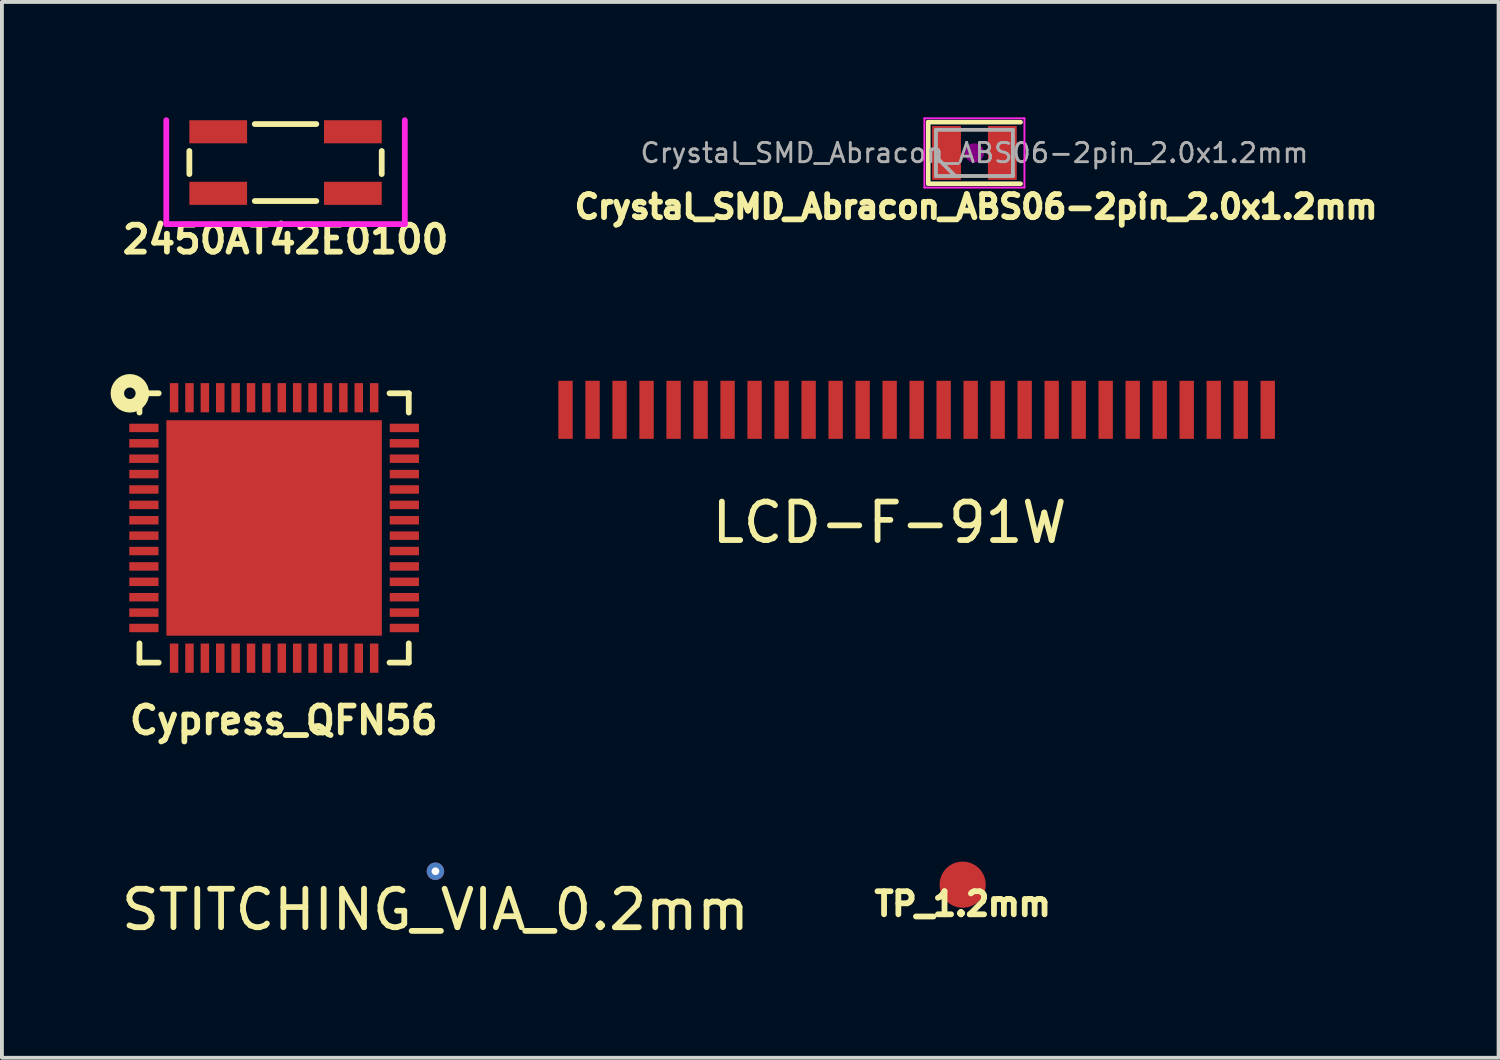
<source format=kicad_pcb>
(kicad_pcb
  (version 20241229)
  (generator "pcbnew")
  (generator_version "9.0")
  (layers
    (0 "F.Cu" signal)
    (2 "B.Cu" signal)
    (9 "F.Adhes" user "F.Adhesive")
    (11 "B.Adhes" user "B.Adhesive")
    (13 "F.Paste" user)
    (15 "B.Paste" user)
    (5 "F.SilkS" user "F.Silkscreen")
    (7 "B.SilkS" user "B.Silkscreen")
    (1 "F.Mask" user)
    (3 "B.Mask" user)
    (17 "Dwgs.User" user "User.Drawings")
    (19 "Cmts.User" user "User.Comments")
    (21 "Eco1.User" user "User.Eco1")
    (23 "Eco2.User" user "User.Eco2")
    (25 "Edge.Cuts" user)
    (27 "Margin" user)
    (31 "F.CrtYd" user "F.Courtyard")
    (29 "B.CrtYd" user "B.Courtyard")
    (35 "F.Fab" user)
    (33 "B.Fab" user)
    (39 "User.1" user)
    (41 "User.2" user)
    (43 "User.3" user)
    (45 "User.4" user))
  (footprint "STITCHING_VIA_0.2mm"
    (layer "F.Cu")
    (at 8.268 19.596)
    (property "Reference" "STITCHING_VIA_0.2mm" (at 0 1 0) (layer "F.SilkS") (effects (font (size 1 1) (thickness 0.15))))
    (attr through_hole)
    (pad "1" thru_hole circle (at 0 0) (size 0.454 0.454) (drill 0.2) (layers "*.Cu")))
  (footprint "2450AT42E0100"
    (layer "F.Cu")
    (at 4.372 1.175)
    (property "Reference" "2450AT42E0100" (at 0 2 0) (layer "F.SilkS") (effects (font (size 0.7 0.7) (thickness 0.15))))
    (attr through_hole)
    (fp_line (start -2.5 -0.3) (end -2.5 0.3) (stroke (width 0.15) (type solid)) (layer "F.SilkS"))
    (fp_line (start -0.8 -1) (end 0.8 -1) (stroke (width 0.15) (type solid)) (layer "F.SilkS"))
    (fp_line (start -0.8 1) (end 0.8 1) (stroke (width 0.15) (type solid)) (layer "F.SilkS"))
    (fp_line (start 2.5 -0.3) (end 2.5 0.3) (stroke (width 0.15) (type solid)) (layer "F.SilkS"))
    (fp_line (start -3.1 1.6) (end -3.1 -1.1) (stroke (width 0.15) (type solid)) (layer "F.CrtYd"))
    (fp_line (start -3.1 1.6) (end 3.1 1.6) (stroke (width 0.15) (type solid)) (layer "F.CrtYd"))
    (fp_line (start 3.1 1.6) (end 3.1 -1.1) (stroke (width 0.15) (type solid)) (layer "F.CrtYd"))
    (pad "1" smd rect (at -1.75 0.8) (size 1.5 0.6) (layers "F.Cu" "F.Mask" "F.Paste"))
    (pad "2" smd rect (at -1.75 -0.8) (size 1.5 0.6) (layers "F.Cu" "F.Mask" "F.Paste"))
    (pad "2" smd rect (at 1.75 -0.8) (size 1.5 0.6) (layers "F.Cu" "F.Mask" "F.Paste"))
    (pad "3" smd rect (at 1.75 0.8) (size 1.5 0.6) (layers "F.Cu" "F.Mask" "F.Paste")))
  (footprint "LCD-F-91W"
    (layer "F.Cu")
    (at 20.07 10.032)
    (property "Reference" "LCD-F-91W" (at 0 0.5 0) (layer "F.SilkS") (effects (font (size 1 1) (thickness 0.15))))
    (attr through_hole)
    (pad "1" smd rect (at -8.42 -2.43) (size 0.373 1.509) (layers "F.Cu" "F.Mask"))
    (pad "2" smd rect (at -7.718 -2.43) (size 0.373 1.509) (layers "F.Cu" "F.Mask"))
    (pad "3" smd rect (at -7.016 -2.43) (size 0.373 1.509) (layers "F.Cu" "F.Mask"))
    (pad "4" smd rect (at -6.314 -2.43) (size 0.373 1.509) (layers "F.Cu" "F.Mask"))
    (pad "5" smd rect (at -5.612 -2.43) (size 0.373 1.509) (layers "F.Cu" "F.Mask"))
    (pad "6" smd rect (at -4.91 -2.43) (size 0.373 1.509) (layers "F.Cu" "F.Mask"))
    (pad "7" smd rect (at -4.208 -2.43) (size 0.373 1.509) (layers "F.Cu" "F.Mask"))
    (pad "8" smd rect (at -3.506 -2.43) (size 0.373 1.509) (layers "F.Cu" "F.Mask"))
    (pad "9" smd rect (at -2.804 -2.43) (size 0.373 1.509) (layers "F.Cu" "F.Mask"))
    (pad "10" smd rect (at -2.102 -2.43) (size 0.373 1.509) (layers "F.Cu" "F.Mask"))
    (pad "11" smd rect (at -1.4 -2.43) (size 0.373 1.509) (layers "F.Cu" "F.Mask"))
    (pad "12" smd rect (at -0.698 -2.43) (size 0.373 1.509) (layers "F.Cu" "F.Mask"))
    (pad "13" smd rect (at 0.004 -2.43) (size 0.373 1.509) (layers "F.Cu" "F.Mask"))
    (pad "14" smd rect (at 0.706 -2.43) (size 0.373 1.509) (layers "F.Cu" "F.Mask"))
    (pad "15" smd rect (at 1.408 -2.43) (size 0.373 1.509) (layers "F.Cu" "F.Mask"))
    (pad "16" smd rect (at 2.11 -2.43) (size 0.373 1.509) (layers "F.Cu" "F.Mask"))
    (pad "17" smd rect (at 2.812 -2.43) (size 0.373 1.509) (layers "F.Cu" "F.Mask"))
    (pad "18" smd rect (at 3.514 -2.43) (size 0.373 1.509) (layers "F.Cu" "F.Mask"))
    (pad "19" smd rect (at 4.216 -2.43) (size 0.373 1.509) (layers "F.Cu" "F.Mask"))
    (pad "20" smd rect (at 4.918 -2.43) (size 0.373 1.509) (layers "F.Cu" "F.Mask"))
    (pad "21" smd rect (at 5.62 -2.43) (size 0.373 1.509) (layers "F.Cu" "F.Mask"))
    (pad "22" smd rect (at 6.322 -2.43) (size 0.373 1.509) (layers "F.Cu" "F.Mask"))
    (pad "23" smd rect (at 7.024 -2.43) (size 0.373 1.509) (layers "F.Cu" "F.Mask"))
    (pad "24" smd rect (at 7.726 -2.43) (size 0.373 1.509) (layers "F.Cu" "F.Mask"))
    (pad "25" smd rect (at 8.428 -2.43) (size 0.373 1.509) (layers "F.Cu" "F.Mask"))
    (pad "26" smd rect (at 9.13 -2.43) (size 0.373 1.509) (layers "F.Cu" "F.Mask"))
    (pad "27" smd rect (at 9.832 -2.43) (size 0.373 1.509) (layers "F.Cu" "F.Mask")))
  (footprint "TP_1.2mm"
    (layer "F.Cu")
    (at 21.972 19.945)
    (property "Reference" "TP_1.2mm" (at 0 0.5 0) (layer "F.SilkS") (effects (font (size 0.6 0.6) (thickness 0.15))))
    (attr through_hole)
    (pad "1" smd circle (at 0 0) (size 1.2 1.2) (layers "F.Cu" "F.Mask" "F.Paste")))
  (footprint "Cypress_QFN56"
    (layer "F.Cu")
    (at 4.075 10.673)
    (property "Reference" "Cypress_QFN56" (at 0.25 5 0) (layer "F.SilkS") (effects (font (size 0.7 0.7) (thickness 0.15))))
    (attr through_hole)
    (fp_line (start -3.5 -3.5) (end -3.5 -3) (stroke (width 0.15) (type solid)) (layer "F.SilkS"))
    (fp_line (start -3.5 3.5) (end -3.5 3) (stroke (width 0.15) (type solid)) (layer "F.SilkS"))
    (fp_line (start -3 -3.5) (end -3.5 -3.5) (stroke (width 0.15) (type solid)) (layer "F.SilkS"))
    (fp_line (start -3 3.5) (end -3.5 3.5) (stroke (width 0.15) (type solid)) (layer "F.SilkS"))
    (fp_line (start 3 -3.5) (end 3.5 -3.5) (stroke (width 0.15) (type solid)) (layer "F.SilkS"))
    (fp_line (start 3 3.5) (end 3.5 3.5) (stroke (width 0.15) (type solid)) (layer "F.SilkS"))
    (fp_line (start 3.5 -3.5) (end 3.5 -3) (stroke (width 0.15) (type solid)) (layer "F.SilkS"))
    (fp_line (start 3.5 3.5) (end 3.5 3) (stroke (width 0.15) (type solid)) (layer "F.SilkS"))
    (fp_circle (center -3.75 -3.5) (end -3.6 -3.5) (stroke (width 0.35) (type solid)) (fill no) (layer "F.SilkS"))
    (pad "1" smd rect (at -3.385 -2.6 90) (size 0.22 0.76) (layers "F.Cu" "F.Mask" "F.Paste"))
    (pad "2" smd rect (at -3.385 -2.2 90) (size 0.22 0.76) (layers "F.Cu" "F.Mask" "F.Paste"))
    (pad "3" smd rect (at -3.385 -1.8 90) (size 0.22 0.76) (layers "F.Cu" "F.Mask" "F.Paste"))
    (pad "4" smd rect (at -3.385 -1.4 90) (size 0.22 0.76) (layers "F.Cu" "F.Mask" "F.Paste"))
    (pad "5" smd rect (at -3.385 -1 90) (size 0.22 0.76) (layers "F.Cu" "F.Mask" "F.Paste"))
    (pad "6" smd rect (at -3.385 -0.6 90) (size 0.22 0.76) (layers "F.Cu" "F.Mask" "F.Paste"))
    (pad "7" smd rect (at -3.385 -0.2 90) (size 0.22 0.76) (layers "F.Cu" "F.Mask" "F.Paste"))
    (pad "8" smd rect (at -3.385 0.2 90) (size 0.22 0.76) (layers "F.Cu" "F.Mask" "F.Paste"))
    (pad "9" smd rect (at -3.385 0.6 90) (size 0.22 0.76) (layers "F.Cu" "F.Mask" "F.Paste"))
    (pad "10" smd rect (at -3.385 1 90) (size 0.22 0.76) (layers "F.Cu" "F.Mask" "F.Paste"))
    (pad "11" smd rect (at -3.385 1.4 90) (size 0.22 0.76) (layers "F.Cu" "F.Mask" "F.Paste"))
    (pad "12" smd rect (at -3.385 1.8 90) (size 0.22 0.76) (layers "F.Cu" "F.Mask" "F.Paste"))
    (pad "13" smd rect (at -3.385 2.2 90) (size 0.22 0.76) (layers "F.Cu" "F.Mask" "F.Paste"))
    (pad "14" smd rect (at -3.385 2.6 90) (size 0.22 0.76) (layers "F.Cu" "F.Mask" "F.Paste"))
    (pad "15" smd rect (at -2.6 3.385 180) (size 0.22 0.76) (layers "F.Cu" "F.Mask" "F.Paste"))
    (pad "16" smd rect (at -2.2 3.385 180) (size 0.22 0.76) (layers "F.Cu" "F.Mask" "F.Paste"))
    (pad "17" smd rect (at -1.8 3.385 180) (size 0.22 0.76) (layers "F.Cu" "F.Mask" "F.Paste"))
    (pad "18" smd rect (at -1.4 3.385 180) (size 0.22 0.76) (layers "F.Cu" "F.Mask" "F.Paste"))
    (pad "19" smd rect (at -1 3.385 180) (size 0.22 0.76) (layers "F.Cu" "F.Mask" "F.Paste"))
    (pad "20" smd rect (at -0.6 3.385 180) (size 0.22 0.76) (layers "F.Cu" "F.Mask" "F.Paste"))
    (pad "21" smd rect (at -0.2 3.385 180) (size 0.22 0.76) (layers "F.Cu" "F.Mask" "F.Paste"))
    (pad "22" smd rect (at 0.2 3.385 180) (size 0.22 0.76) (layers "F.Cu" "F.Mask" "F.Paste"))
    (pad "23" smd rect (at 0.6 3.385 180) (size 0.22 0.76) (layers "F.Cu" "F.Mask" "F.Paste"))
    (pad "24" smd rect (at 1 3.385 180) (size 0.22 0.76) (layers "F.Cu" "F.Mask" "F.Paste"))
    (pad "25" smd rect (at 1.4 3.385 180) (size 0.22 0.76) (layers "F.Cu" "F.Mask" "F.Paste"))
    (pad "26" smd rect (at 1.8 3.385 180) (size 0.22 0.76) (layers "F.Cu" "F.Mask" "F.Paste"))
    (pad "27" smd rect (at 2.2 3.385 180) (size 0.22 0.76) (layers "F.Cu" "F.Mask" "F.Paste"))
    (pad "28" smd rect (at 2.6 3.385 180) (size 0.22 0.76) (layers "F.Cu" "F.Mask" "F.Paste"))
    (pad "29" smd rect (at 3.385 2.6 270) (size 0.22 0.76) (layers "F.Cu" "F.Mask" "F.Paste"))
    (pad "30" smd rect (at 3.385 2.2 270) (size 0.22 0.76) (layers "F.Cu" "F.Mask" "F.Paste"))
    (pad "31" smd rect (at 3.385 1.8 270) (size 0.22 0.76) (layers "F.Cu" "F.Mask" "F.Paste"))
    (pad "32" smd rect (at 3.385 1.4 270) (size 0.22 0.76) (layers "F.Cu" "F.Mask" "F.Paste"))
    (pad "33" smd rect (at 3.385 1 270) (size 0.22 0.76) (layers "F.Cu" "F.Mask" "F.Paste"))
    (pad "34" smd rect (at 3.385 0.6 270) (size 0.22 0.76) (layers "F.Cu" "F.Mask" "F.Paste"))
    (pad "35" smd rect (at 3.385 0.2 270) (size 0.22 0.76) (layers "F.Cu" "F.Mask" "F.Paste"))
    (pad "36" smd rect (at 3.385 -0.2 270) (size 0.22 0.76) (layers "F.Cu" "F.Mask" "F.Paste"))
    (pad "37" smd rect (at 3.385 -0.6 270) (size 0.22 0.76) (layers "F.Cu" "F.Mask" "F.Paste"))
    (pad "38" smd rect (at 3.385 -1 270) (size 0.22 0.76) (layers "F.Cu" "F.Mask" "F.Paste"))
    (pad "39" smd rect (at 3.385 -1.4 270) (size 0.22 0.76) (layers "F.Cu" "F.Mask" "F.Paste"))
    (pad "40" smd rect (at 3.385 -1.8 270) (size 0.22 0.76) (layers "F.Cu" "F.Mask" "F.Paste"))
    (pad "41" smd rect (at 3.385 -2.2 270) (size 0.22 0.76) (layers "F.Cu" "F.Mask" "F.Paste"))
    (pad "42" smd rect (at 3.385 -2.6 270) (size 0.22 0.76) (layers "F.Cu" "F.Mask" "F.Paste"))
    (pad "43" smd rect (at 2.6 -3.385) (size 0.22 0.76) (layers "F.Cu" "F.Mask" "F.Paste"))
    (pad "44" smd rect (at 2.2 -3.385) (size 0.22 0.76) (layers "F.Cu" "F.Mask" "F.Paste"))
    (pad "45" smd rect (at 1.8 -3.385) (size 0.22 0.76) (layers "F.Cu" "F.Mask" "F.Paste"))
    (pad "46" smd rect (at 1.4 -3.385) (size 0.22 0.76) (layers "F.Cu" "F.Mask" "F.Paste"))
    (pad "47" smd rect (at 1 -3.385) (size 0.22 0.76) (layers "F.Cu" "F.Mask" "F.Paste"))
    (pad "48" smd rect (at 0.6 -3.385) (size 0.22 0.76) (layers "F.Cu" "F.Mask" "F.Paste"))
    (pad "49" smd rect (at 0.2 -3.385) (size 0.22 0.76) (layers "F.Cu" "F.Mask" "F.Paste"))
    (pad "50" smd rect (at -0.2 -3.385) (size 0.22 0.76) (layers "F.Cu" "F.Mask" "F.Paste"))
    (pad "51" smd rect (at -0.6 -3.385) (size 0.22 0.76) (layers "F.Cu" "F.Mask" "F.Paste"))
    (pad "52" smd rect (at -1 -3.385) (size 0.22 0.76) (layers "F.Cu" "F.Mask" "F.Paste"))
    (pad "53" smd rect (at -1.4 -3.385) (size 0.22 0.76) (layers "F.Cu" "F.Mask" "F.Paste"))
    (pad "54" smd rect (at -1.8 -3.385) (size 0.22 0.76) (layers "F.Cu" "F.Mask" "F.Paste"))
    (pad "55" smd rect (at -2.2 -3.385) (size 0.22 0.76) (layers "F.Cu" "F.Mask" "F.Paste"))
    (pad "56" smd rect (at -2.6 -3.385) (size 0.22 0.76) (layers "F.Cu" "F.Mask" "F.Paste"))
    (pad "57" smd rect (at -1.86 -1.86) (size 1.6 1.6) (layers "F.Cu" "F.Mask"))
    (pad "57" smd rect (at -1.86 0) (size 1.6 1.6) (layers "F.Cu" "F.Mask"))
    (pad "57" smd rect (at -1.86 1.86) (size 1.6 1.6) (layers "F.Cu" "F.Mask"))
    (pad "57" smd rect (at 0 -1.86) (size 1.6 1.6) (layers "F.Cu" "F.Mask"))
    (pad "57" smd rect (at 0 0) (size 1.6 1.6) (layers "F.Cu" "F.Mask"))
    (pad "57" smd rect (at 0 0) (size 5.6 5.6) (layers "F.Cu" "F.Paste"))
    (pad "57" smd rect (at 0 1.86) (size 1.6 1.6) (layers "F.Cu" "F.Mask"))
    (pad "57" smd rect (at 1.86 -1.86) (size 1.6 1.6) (layers "F.Cu" "F.Mask"))
    (pad "57" smd rect (at 1.86 0) (size 1.6 1.6) (layers "F.Cu" "F.Mask"))
    (pad "57" smd rect (at 1.86 1.86) (size 1.6 1.6) (layers "F.Cu" "F.Mask")))
  (footprint "Crystal_SMD_Abracon_ABS06-2pin_2.0x1.2mm"
    (layer "F.Cu")
    (at 22.278 0.925)
    (property "Reference" "Crystal_SMD_Abracon_ABS06-2pin_2.0x1.2mm" (at 0.044 1.4 0) (layer "F.SilkS") (effects (font (size 0.6 0.6) (thickness 0.15))))
    (attr smd)
    (fp_line (start -1.2 -0.8) (end -1.2 0.8) (stroke (width 0.12) (type solid)) (layer "F.SilkS"))
    (fp_line (start -1.2 0.8) (end 1.2 0.8) (stroke (width 0.12) (type solid)) (layer "F.SilkS"))
    (fp_line (start 1.2 -0.8) (end -1.2 -0.8) (stroke (width 0.12) (type solid)) (layer "F.SilkS"))
    (fp_circle (center 0 0) (end 0.047 0) (stroke (width 0.093) (type solid)) (fill no) (layer "F.Adhes"))
    (fp_circle (center 0 0) (end 0.107 0) (stroke (width 0.067) (type solid)) (fill no) (layer "F.Adhes"))
    (fp_circle (center 0 0) (end 0.167 0) (stroke (width 0.067) (type solid)) (fill no) (layer "F.Adhes"))
    (fp_circle (center 0 0) (end 0.2 0) (stroke (width 0.1) (type solid)) (fill no) (layer "F.Adhes"))
    (fp_line (start -1.3 -0.9) (end -1.3 0.9) (stroke (width 0.05) (type solid)) (layer "F.CrtYd"))
    (fp_line (start -1.3 0.9) (end 1.3 0.9) (stroke (width 0.05) (type solid)) (layer "F.CrtYd"))
    (fp_line (start 1.3 -0.9) (end -1.3 -0.9) (stroke (width 0.05) (type solid)) (layer "F.CrtYd"))
    (fp_line (start 1.3 0.9) (end 1.3 -0.9) (stroke (width 0.05) (type solid)) (layer "F.CrtYd"))
    (fp_line (start -1 -0.6) (end -1 0.6) (stroke (width 0.1) (type solid)) (layer "F.Fab"))
    (fp_line (start -1 0.1) (end -0.5 0.6) (stroke (width 0.1) (type solid)) (layer "F.Fab"))
    (fp_line (start -1 0.6) (end 1 0.6) (stroke (width 0.1) (type solid)) (layer "F.Fab"))
    (fp_line (start 1 -0.6) (end -1 -0.6) (stroke (width 0.1) (type solid)) (layer "F.Fab"))
    (fp_line (start 1 0.6) (end 1 -0.6) (stroke (width 0.1) (type solid)) (layer "F.Fab"))
    (fp_text user "${REFERENCE}" (at 0 0 0) (layer "F.Fab") (effects (font (size 0.5 0.5) (thickness 0.075))))
    (pad "1" smd rect (at -0.725 0) (size 0.75 1.4) (layers "F.Cu" "F.Mask" "F.Paste"))
    (pad "2" smd rect (at 0.725 0) (size 0.75 1.4) (layers "F.Cu" "F.Mask" "F.Paste")))
  (gr_rect
    (start -3 -3)
    (end 35.902 24.444)
    (stroke (width 0.1) (type default))
    (fill no)
    (layer "Edge.Cuts")))
</source>
